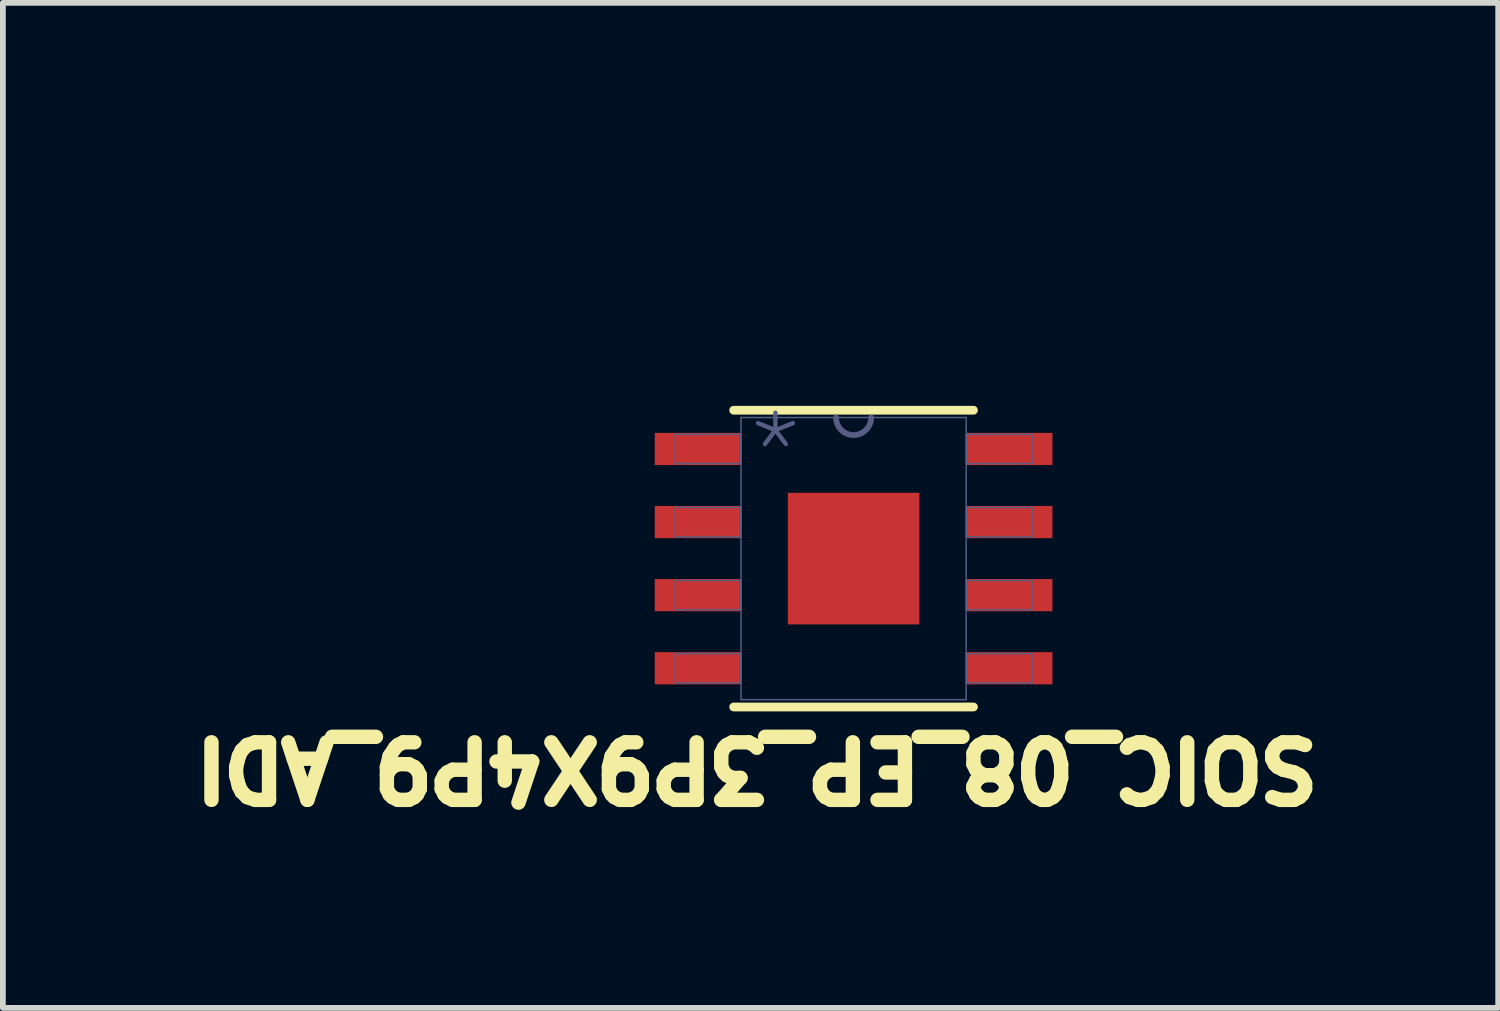
<source format=kicad_pcb>
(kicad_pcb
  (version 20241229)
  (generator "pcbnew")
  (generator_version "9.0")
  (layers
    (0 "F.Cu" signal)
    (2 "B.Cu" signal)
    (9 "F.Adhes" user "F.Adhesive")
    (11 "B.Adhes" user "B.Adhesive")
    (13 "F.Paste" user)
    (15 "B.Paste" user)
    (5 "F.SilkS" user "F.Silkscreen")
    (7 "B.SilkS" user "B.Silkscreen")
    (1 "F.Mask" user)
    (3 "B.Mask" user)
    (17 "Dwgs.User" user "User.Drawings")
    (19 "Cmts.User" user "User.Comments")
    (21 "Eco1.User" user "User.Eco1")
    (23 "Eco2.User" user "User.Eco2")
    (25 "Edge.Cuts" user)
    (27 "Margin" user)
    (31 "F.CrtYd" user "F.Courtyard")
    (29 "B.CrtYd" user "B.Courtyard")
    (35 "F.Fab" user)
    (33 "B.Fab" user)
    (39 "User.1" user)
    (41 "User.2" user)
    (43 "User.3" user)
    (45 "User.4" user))
  (footprint "SOIC_08_EP_3P9X4P9_ADI"
    (layer "F.Cu")
    (at 11.78 6.655)
    (property "Reference" "SOIC_08_EP_3P9X4P9_ADI" (at 8.199 3.056 180) (unlocked yes) (layer "F.SilkS") (effects (font (size 1 1) (thickness 0.254)) (justify left bottom)))
    (fp_line (start 2.083 -2.578) (end -2.083 -2.578) (stroke (width 0.152) (type solid)) (layer "F.SilkS"))
    (fp_line (start 2.083 2.578) (end -2.083 2.578) (stroke (width 0.152) (type solid)) (layer "F.SilkS"))
    (fp_line (start -3.708 -2.438) (end -3.708 2.438) (stroke (width 0.152) (type solid)) (layer "Eco1.User"))
    (fp_line (start -2.21 -2.705) (end -2.21 -2.438) (stroke (width 0.152) (type solid)) (layer "Eco1.User"))
    (fp_line (start -2.21 -2.438) (end -3.708 -2.438) (stroke (width 0.152) (type solid)) (layer "Eco1.User"))
    (fp_line (start -2.21 2.438) (end -3.708 2.438) (stroke (width 0.152) (type solid)) (layer "Eco1.User"))
    (fp_line (start -2.21 2.438) (end -2.21 2.705) (stroke (width 0.152) (type solid)) (layer "Eco1.User"))
    (fp_line (start 2.21 -2.705) (end -2.21 -2.705) (stroke (width 0.152) (type solid)) (layer "Eco1.User"))
    (fp_line (start 2.21 -2.705) (end 2.21 -2.438) (stroke (width 0.152) (type solid)) (layer "Eco1.User"))
    (fp_line (start 2.21 2.438) (end 2.21 2.705) (stroke (width 0.152) (type solid)) (layer "Eco1.User"))
    (fp_line (start 2.21 2.705) (end -2.21 2.705) (stroke (width 0.152) (type solid)) (layer "Eco1.User"))
    (fp_line (start 3.708 -2.438) (end 2.21 -2.438) (stroke (width 0.152) (type solid)) (layer "Eco1.User"))
    (fp_line (start 3.708 -2.438) (end 3.708 2.438) (stroke (width 0.152) (type solid)) (layer "Eco1.User"))
    (fp_line (start 3.708 2.438) (end 2.21 2.438) (stroke (width 0.152) (type solid)) (layer "Eco1.User"))
    (fp_line (start -3.099 -2.159) (end -3.099 -1.651) (stroke (width 0.025) (type solid)) (layer "B.Fab"))
    (fp_line (start -3.099 -0.889) (end -3.099 -0.381) (stroke (width 0.025) (type solid)) (layer "B.Fab"))
    (fp_line (start -3.099 0.381) (end -3.099 0.889) (stroke (width 0.025) (type solid)) (layer "B.Fab"))
    (fp_line (start -3.099 1.651) (end -3.099 2.159) (stroke (width 0.025) (type solid)) (layer "B.Fab"))
    (fp_line (start -1.956 -2.451) (end -1.956 2.451) (stroke (width 0.025) (type solid)) (layer "B.Fab"))
    (fp_line (start -1.956 -2.159) (end -3.099 -2.159) (stroke (width 0.025) (type solid)) (layer "B.Fab"))
    (fp_line (start -1.956 -2.159) (end -1.956 -1.651) (stroke (width 0.025) (type solid)) (layer "B.Fab"))
    (fp_line (start -1.956 -1.651) (end -3.099 -1.651) (stroke (width 0.025) (type solid)) (layer "B.Fab"))
    (fp_line (start -1.956 -0.889) (end -3.099 -0.889) (stroke (width 0.025) (type solid)) (layer "B.Fab"))
    (fp_line (start -1.956 -0.889) (end -1.956 -0.381) (stroke (width 0.025) (type solid)) (layer "B.Fab"))
    (fp_line (start -1.956 -0.381) (end -3.099 -0.381) (stroke (width 0.025) (type solid)) (layer "B.Fab"))
    (fp_line (start -1.956 0.381) (end -3.099 0.381) (stroke (width 0.025) (type solid)) (layer "B.Fab"))
    (fp_line (start -1.956 0.381) (end -1.956 0.889) (stroke (width 0.025) (type solid)) (layer "B.Fab"))
    (fp_line (start -1.956 0.889) (end -3.099 0.889) (stroke (width 0.025) (type solid)) (layer "B.Fab"))
    (fp_line (start -1.956 1.651) (end -3.099 1.651) (stroke (width 0.025) (type solid)) (layer "B.Fab"))
    (fp_line (start -1.956 1.651) (end -1.956 2.159) (stroke (width 0.025) (type solid)) (layer "B.Fab"))
    (fp_line (start -1.956 2.159) (end -3.099 2.159) (stroke (width 0.025) (type solid)) (layer "B.Fab"))
    (fp_line (start 1.956 -2.451) (end -1.956 -2.451) (stroke (width 0.025) (type solid)) (layer "B.Fab"))
    (fp_line (start 1.956 -2.451) (end 1.956 2.451) (stroke (width 0.025) (type solid)) (layer "B.Fab"))
    (fp_line (start 1.956 -2.159) (end 1.956 -1.651) (stroke (width 0.025) (type solid)) (layer "B.Fab"))
    (fp_line (start 1.956 -0.889) (end 1.956 -0.381) (stroke (width 0.025) (type solid)) (layer "B.Fab"))
    (fp_line (start 1.956 0.381) (end 1.956 0.889) (stroke (width 0.025) (type solid)) (layer "B.Fab"))
    (fp_line (start 1.956 1.651) (end 1.956 2.159) (stroke (width 0.025) (type solid)) (layer "B.Fab"))
    (fp_line (start 1.956 2.451) (end -1.956 2.451) (stroke (width 0.025) (type solid)) (layer "B.Fab"))
    (fp_line (start 3.099 -2.159) (end 1.956 -2.159) (stroke (width 0.025) (type solid)) (layer "B.Fab"))
    (fp_line (start 3.099 -2.159) (end 3.099 -1.651) (stroke (width 0.025) (type solid)) (layer "B.Fab"))
    (fp_line (start 3.099 -1.651) (end 1.956 -1.651) (stroke (width 0.025) (type solid)) (layer "B.Fab"))
    (fp_line (start 3.099 -0.889) (end 1.956 -0.889) (stroke (width 0.025) (type solid)) (layer "B.Fab"))
    (fp_line (start 3.099 -0.889) (end 3.099 -0.381) (stroke (width 0.025) (type solid)) (layer "B.Fab"))
    (fp_line (start 3.099 -0.381) (end 1.956 -0.381) (stroke (width 0.025) (type solid)) (layer "B.Fab"))
    (fp_line (start 3.099 0.381) (end 1.956 0.381) (stroke (width 0.025) (type solid)) (layer "B.Fab"))
    (fp_line (start 3.099 0.381) (end 3.099 0.889) (stroke (width 0.025) (type solid)) (layer "B.Fab"))
    (fp_line (start 3.099 0.889) (end 1.956 0.889) (stroke (width 0.025) (type solid)) (layer "B.Fab"))
    (fp_line (start 3.099 1.651) (end 1.956 1.651) (stroke (width 0.025) (type solid)) (layer "B.Fab"))
    (fp_line (start 3.099 1.651) (end 3.099 2.159) (stroke (width 0.025) (type solid)) (layer "B.Fab"))
    (fp_line (start 3.099 2.159) (end 1.956 2.159) (stroke (width 0.025) (type solid)) (layer "B.Fab"))
    (fp_arc (start 0.3048 -2.4511) (mid 0 -2.1463) (end -0.3048 -2.4511) (stroke (width 0.1) (type solid)) (layer "B.Fab"))
    (fp_line (start -5.245 -3.175) (end -5.245 -1.905) (stroke (width 0.025) (type solid)) (layer "User.7"))
    (fp_line (start -5.245 -1.905) (end -5.372 -2.159) (stroke (width 0.025) (type solid)) (layer "User.7"))
    (fp_line (start -5.245 -0.635) (end -5.372 -0.381) (stroke (width 0.025) (type solid)) (layer "User.7"))
    (fp_line (start -5.245 -0.635) (end -5.245 0.635) (stroke (width 0.025) (type solid)) (layer "User.7"))
    (fp_line (start -5.118 -2.159) (end -5.372 -2.159) (stroke (width 0.025) (type solid)) (layer "User.7"))
    (fp_line (start -5.118 -2.159) (end -5.245 -1.905) (stroke (width 0.025) (type solid)) (layer "User.7"))
    (fp_line (start -5.118 -0.381) (end -5.372 -0.381) (stroke (width 0.025) (type solid)) (layer "User.7"))
    (fp_line (start -5.118 -0.381) (end -5.245 -0.635) (stroke (width 0.025) (type solid)) (layer "User.7"))
    (fp_line (start -3.353 4.229) (end -3.353 4.483) (stroke (width 0.025) (type solid)) (layer "User.7"))
    (fp_line (start -3.099 -6.642) (end -3.099 0) (stroke (width 0.025) (type solid)) (layer "User.7"))
    (fp_line (start -3.099 0) (end -3.099 4.737) (stroke (width 0.025) (type solid)) (layer "User.7"))
    (fp_line (start -3.099 4.356) (end -4.369 4.356) (stroke (width 0.025) (type solid)) (layer "User.7"))
    (fp_line (start -3.099 4.356) (end -3.353 4.229) (stroke (width 0.025) (type solid)) (layer "User.7"))
    (fp_line (start -3.099 4.356) (end -3.353 4.483) (stroke (width 0.025) (type solid)) (layer "User.7"))
    (fp_line (start -2.845 -6.388) (end -3.099 -6.261) (stroke (width 0.025) (type solid)) (layer "User.7"))
    (fp_line (start -2.845 -6.388) (end -2.845 -6.134) (stroke (width 0.025) (type solid)) (layer "User.7"))
    (fp_line (start -2.845 -6.134) (end -3.099 -6.261) (stroke (width 0.025) (type solid)) (layer "User.7"))
    (fp_line (start -2.705 -1.905) (end -5.626 -1.905) (stroke (width 0.025) (type solid)) (layer "User.7"))
    (fp_line (start -2.705 -0.635) (end -5.626 -0.635) (stroke (width 0.025) (type solid)) (layer "User.7"))
    (fp_line (start -1.956 -4.737) (end -1.956 0) (stroke (width 0.025) (type solid)) (layer "User.7"))
    (fp_line (start -1.956 0) (end -1.956 4.737) (stroke (width 0.025) (type solid)) (layer "User.7"))
    (fp_line (start -1.702 -4.483) (end -1.956 -4.356) (stroke (width 0.025) (type solid)) (layer "User.7"))
    (fp_line (start -1.702 -4.483) (end -1.702 -4.229) (stroke (width 0.025) (type solid)) (layer "User.7"))
    (fp_line (start -1.702 -4.229) (end -1.956 -4.356) (stroke (width 0.025) (type solid)) (layer "User.7"))
    (fp_line (start -1.702 4.229) (end -1.956 4.356) (stroke (width 0.025) (type solid)) (layer "User.7"))
    (fp_line (start -1.702 4.229) (end -1.702 4.483) (stroke (width 0.025) (type solid)) (layer "User.7"))
    (fp_line (start -1.702 4.483) (end -1.956 4.356) (stroke (width 0.025) (type solid)) (layer "User.7"))
    (fp_line (start -0.686 4.356) (end -1.956 4.356) (stroke (width 0.025) (type solid)) (layer "User.7"))
    (fp_line (start 1.702 -4.483) (end 1.702 -4.229) (stroke (width 0.025) (type solid)) (layer "User.7"))
    (fp_line (start 1.956 -4.737) (end 1.956 0) (stroke (width 0.025) (type solid)) (layer "User.7"))
    (fp_line (start 1.956 -4.356) (end -1.956 -4.356) (stroke (width 0.025) (type solid)) (layer "User.7"))
    (fp_line (start 1.956 -4.356) (end 1.702 -4.483) (stroke (width 0.025) (type solid)) (layer "User.7"))
    (fp_line (start 1.956 -4.356) (end 1.702 -4.229) (stroke (width 0.025) (type solid)) (layer "User.7"))
    (fp_line (start 2.845 -6.388) (end 2.845 -6.134) (stroke (width 0.025) (type solid)) (layer "User.7"))
    (fp_line (start 3.099 -6.642) (end 3.099 0) (stroke (width 0.025) (type solid)) (layer "User.7"))
    (fp_line (start 3.099 -6.261) (end -3.099 -6.261) (stroke (width 0.025) (type solid)) (layer "User.7"))
    (fp_line (start 3.099 -6.261) (end 2.845 -6.388) (stroke (width 0.025) (type solid)) (layer "User.7"))
    (fp_line (start 3.099 -6.261) (end 2.845 -6.134) (stroke (width 0.025) (type solid)) (layer "User.7"))
    (fp_line (start 4.496 -2.451) (end 4.369 -2.197) (stroke (width 0.025) (type solid)) (layer "User.7"))
    (fp_line (start 4.496 -2.451) (end 4.496 2.451) (stroke (width 0.025) (type solid)) (layer "User.7"))
    (fp_line (start 4.496 2.451) (end 4.369 2.197) (stroke (width 0.025) (type solid)) (layer "User.7"))
    (fp_line (start 4.623 -2.197) (end 4.369 -2.197) (stroke (width 0.025) (type solid)) (layer "User.7"))
    (fp_line (start 4.623 -2.197) (end 4.496 -2.451) (stroke (width 0.025) (type solid)) (layer "User.7"))
    (fp_line (start 4.623 2.197) (end 4.369 2.197) (stroke (width 0.025) (type solid)) (layer "User.7"))
    (fp_line (start 4.623 2.197) (end 4.496 2.451) (stroke (width 0.025) (type solid)) (layer "User.7"))
    (fp_line (start 4.877 -2.451) (end 0 -2.451) (stroke (width 0.025) (type solid)) (layer "User.7"))
    (fp_line (start 4.877 2.451) (end 0 2.451) (stroke (width 0.025) (type solid)) (layer "User.7"))
    (fp_text user "*" (at -1.892 -1.105 0) (unlocked yes) (layer "B.Fab") (effects (font (size 1.27 1.27) (thickness 0.076)) (justify left bottom)))
    (pad "1" smd rect (at -2.705 -1.905) (size 1.499 0.559) (layers "F.Cu" "F.Mask" "F.Paste"))
    (pad "2" smd rect (at -2.705 -0.635) (size 1.499 0.559) (layers "F.Cu" "F.Mask" "F.Paste"))
    (pad "3" smd rect (at -2.705 0.635) (size 1.499 0.559) (layers "F.Cu" "F.Mask" "F.Paste"))
    (pad "4" smd rect (at -2.705 1.905) (size 1.499 0.559) (layers "F.Cu" "F.Mask" "F.Paste"))
    (pad "5" smd rect (at 2.705 1.905) (size 1.499 0.559) (layers "F.Cu" "F.Mask" "F.Paste"))
    (pad "6" smd rect (at 2.705 0.635) (size 1.499 0.559) (layers "F.Cu" "F.Mask" "F.Paste"))
    (pad "7" smd rect (at 2.705 -0.635) (size 1.499 0.559) (layers "F.Cu" "F.Mask" "F.Paste"))
    (pad "8" smd rect (at 2.705 -1.905) (size 1.499 0.559) (layers "F.Cu" "F.Mask" "F.Paste"))
    (pad "EPAD" smd rect (at 0 0) (size 2.286 2.286) (layers "F.Cu" "F.Mask" "F.Paste")))
  (gr_rect
    (start -3 -3)
    (end 22.979 14.461)
    (stroke (width 0.1) (type default))
    (fill no)
    (layer "Edge.Cuts")))
</source>
